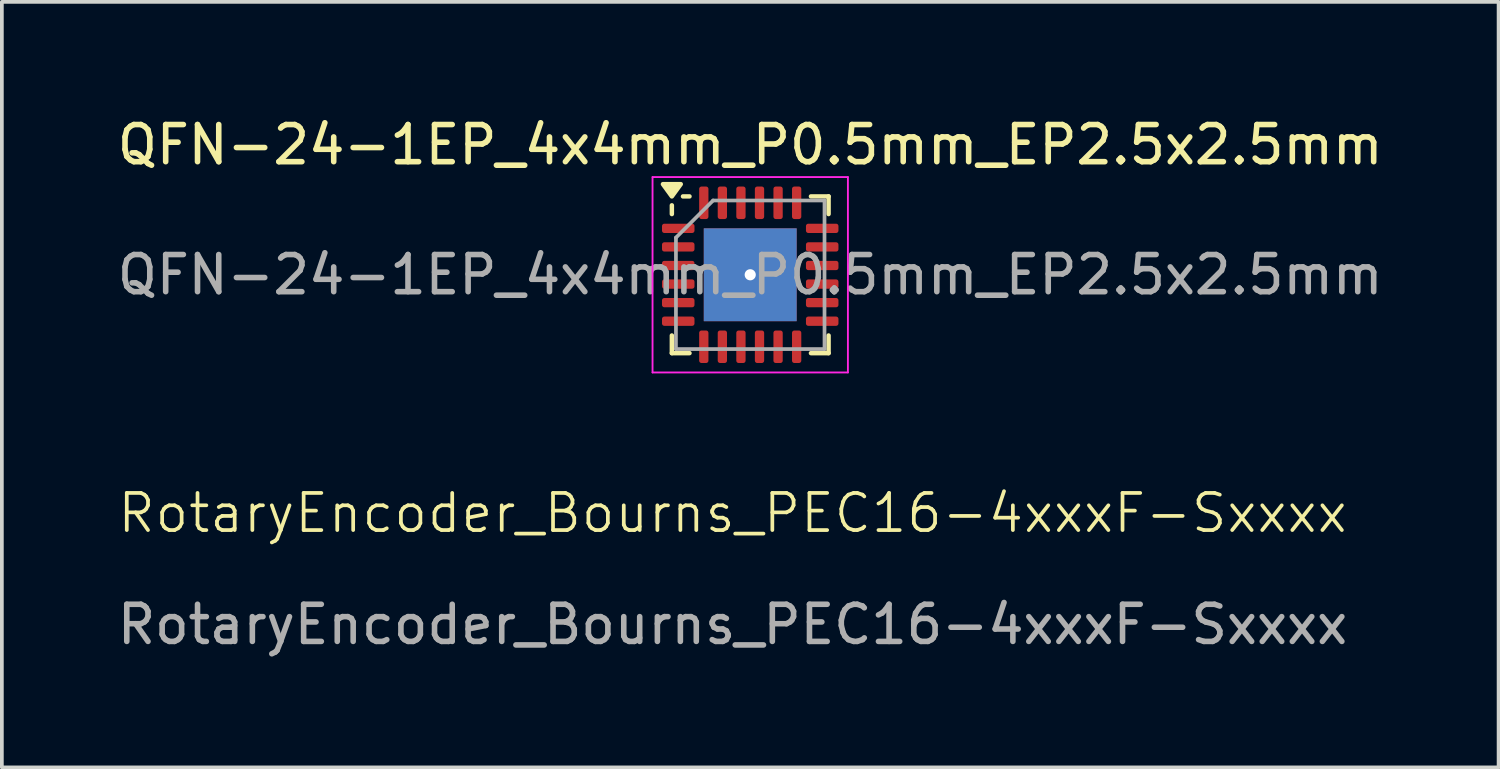
<source format=kicad_pcb>
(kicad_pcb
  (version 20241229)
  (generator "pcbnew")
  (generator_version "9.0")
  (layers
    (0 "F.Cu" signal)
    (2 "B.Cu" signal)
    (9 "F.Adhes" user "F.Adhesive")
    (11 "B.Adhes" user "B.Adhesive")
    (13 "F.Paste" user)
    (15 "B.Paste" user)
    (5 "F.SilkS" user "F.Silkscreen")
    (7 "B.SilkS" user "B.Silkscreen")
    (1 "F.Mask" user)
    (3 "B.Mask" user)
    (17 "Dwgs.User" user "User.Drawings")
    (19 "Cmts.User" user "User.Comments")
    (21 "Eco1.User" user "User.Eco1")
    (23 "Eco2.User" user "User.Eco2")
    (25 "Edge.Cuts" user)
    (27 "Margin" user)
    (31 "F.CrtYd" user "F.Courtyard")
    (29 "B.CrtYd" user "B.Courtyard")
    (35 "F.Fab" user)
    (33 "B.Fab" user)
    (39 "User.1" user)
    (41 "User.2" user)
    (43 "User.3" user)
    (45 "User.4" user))
  (footprint "QFN-24-1EP_4x4mm_P0.5mm_EP2.5x2.5mm"
    (layer "F.Cu")
    (at 17.149 4.348)
    (property "Reference" "QFN-24-1EP_4x4mm_P0.5mm_EP2.5x2.5mm" (at 0 -3.5 0) (unlocked yes) (layer "F.SilkS") (effects (font (size 1 1) (thickness 0.15))))
    (attr smd)
    (fp_line (start -2.11 -1.635) (end -2.11 -1.87) (stroke (width 0.12) (type solid)) (layer "F.SilkS"))
    (fp_line (start -2.11 2.11) (end -2.11 1.635) (stroke (width 0.12) (type solid)) (layer "F.SilkS"))
    (fp_line (start -1.635 -2.11) (end -1.81 -2.11) (stroke (width 0.12) (type solid)) (layer "F.SilkS"))
    (fp_line (start -1.635 2.11) (end -2.11 2.11) (stroke (width 0.12) (type solid)) (layer "F.SilkS"))
    (fp_line (start 1.635 -2.11) (end 2.11 -2.11) (stroke (width 0.12) (type solid)) (layer "F.SilkS"))
    (fp_line (start 1.635 2.11) (end 2.11 2.11) (stroke (width 0.12) (type solid)) (layer "F.SilkS"))
    (fp_line (start 2.11 -2.11) (end 2.11 -1.635) (stroke (width 0.12) (type solid)) (layer "F.SilkS"))
    (fp_line (start 2.11 2.11) (end 2.11 1.635) (stroke (width 0.12) (type solid)) (layer "F.SilkS"))
    (fp_poly (pts (xy -2.11 -2.11) (xy -2.35 -2.44) (xy -1.87 -2.44) (xy -2.11 -2.11)) (stroke (width 0.12) (type solid)) (fill yes) (layer "F.SilkS"))
    (fp_line (start -2.63 -2.63) (end -2.63 2.63) (stroke (width 0.05) (type solid)) (layer "F.CrtYd"))
    (fp_line (start -2.63 2.63) (end 2.63 2.63) (stroke (width 0.05) (type solid)) (layer "F.CrtYd"))
    (fp_line (start 2.63 -2.63) (end -2.63 -2.63) (stroke (width 0.05) (type solid)) (layer "F.CrtYd"))
    (fp_line (start 2.63 2.63) (end 2.63 -2.63) (stroke (width 0.05) (type solid)) (layer "F.CrtYd"))
    (fp_line (start -2 -1) (end -1 -2) (stroke (width 0.1) (type solid)) (layer "F.Fab"))
    (fp_line (start -2 2) (end -2 -1) (stroke (width 0.1) (type solid)) (layer "F.Fab"))
    (fp_line (start -1 -2) (end 2 -2) (stroke (width 0.1) (type solid)) (layer "F.Fab"))
    (fp_line (start 2 -2) (end 2 2) (stroke (width 0.1) (type solid)) (layer "F.Fab"))
    (fp_line (start 2 2) (end -2 2) (stroke (width 0.1) (type solid)) (layer "F.Fab"))
    (fp_text user "${REFERENCE}" (at 0 0 0) (unlocked yes) (layer "F.Fab") (effects (font (size 1 1) (thickness 0.15))))
    (pad "" smd custom (at -0.57 -0.57) (size 0.779 0.779) (layers "F.Paste") (options (anchor circle)) (primitives (gr_poly (pts (xy -0.315 -0.192) (xy -0.192 -0.315) (xy 0.192 -0.315) (xy 0.315 -0.192) (xy 0.315 0.192) (xy 0.192 0.315) (xy -0.192 0.315) (xy -0.315 0.192)) (width 0.297) (fill yes))))
    (pad "" smd custom (at -0.57 0.57) (size 0.779 0.779) (layers "F.Paste") (options (anchor circle)) (primitives (gr_poly (pts (xy -0.315 -0.192) (xy -0.192 -0.315) (xy 0.192 -0.315) (xy 0.315 -0.192) (xy 0.315 0.192) (xy 0.192 0.315) (xy -0.192 0.315) (xy -0.315 0.192)) (width 0.297) (fill yes))))
    (pad "" smd custom (at 0.57 -0.57) (size 0.779 0.779) (layers "F.Paste") (options (anchor circle)) (primitives (gr_poly (pts (xy -0.315 -0.192) (xy -0.192 -0.315) (xy 0.192 -0.315) (xy 0.315 -0.192) (xy 0.315 0.192) (xy 0.192 0.315) (xy -0.192 0.315) (xy -0.315 0.192)) (width 0.297) (fill yes))))
    (pad "" smd custom (at 0.57 0.57) (size 0.779 0.779) (layers "F.Paste") (options (anchor circle)) (primitives (gr_poly (pts (xy -0.315 -0.192) (xy -0.192 -0.315) (xy 0.192 -0.315) (xy 0.315 -0.192) (xy 0.315 0.192) (xy 0.192 0.315) (xy -0.192 0.315) (xy -0.315 0.192)) (width 0.297) (fill yes))))
    (pad "1" smd roundrect (at -1.938 -1.25) (size 0.875 0.25) (layers "F.Cu" "F.Mask" "F.Paste") (roundrect_rratio 0.25))
    (pad "2" smd roundrect (at -1.938 -0.75) (size 0.875 0.25) (layers "F.Cu" "F.Mask" "F.Paste") (roundrect_rratio 0.25))
    (pad "3" smd roundrect (at -1.938 -0.25) (size 0.875 0.25) (layers "F.Cu" "F.Mask" "F.Paste") (roundrect_rratio 0.25))
    (pad "4" smd roundrect (at -1.938 0.25) (size 0.875 0.25) (layers "F.Cu" "F.Mask" "F.Paste") (roundrect_rratio 0.25))
    (pad "5" smd roundrect (at -1.938 0.75) (size 0.875 0.25) (layers "F.Cu" "F.Mask" "F.Paste") (roundrect_rratio 0.25))
    (pad "6" smd roundrect (at -1.938 1.25) (size 0.875 0.25) (layers "F.Cu" "F.Mask" "F.Paste") (roundrect_rratio 0.25))
    (pad "7" smd roundrect (at -1.25 1.938) (size 0.25 0.875) (layers "F.Cu" "F.Mask" "F.Paste") (roundrect_rratio 0.25))
    (pad "8" smd roundrect (at -0.75 1.938) (size 0.25 0.875) (layers "F.Cu" "F.Mask" "F.Paste") (roundrect_rratio 0.25))
    (pad "9" smd roundrect (at -0.25 1.938) (size 0.25 0.875) (layers "F.Cu" "F.Mask" "F.Paste") (roundrect_rratio 0.25))
    (pad "10" smd roundrect (at 0.25 1.938) (size 0.25 0.875) (layers "F.Cu" "F.Mask" "F.Paste") (roundrect_rratio 0.25))
    (pad "11" smd roundrect (at 0.75 1.938) (size 0.25 0.875) (layers "F.Cu" "F.Mask" "F.Paste") (roundrect_rratio 0.25))
    (pad "12" smd roundrect (at 1.25 1.938) (size 0.25 0.875) (layers "F.Cu" "F.Mask" "F.Paste") (roundrect_rratio 0.25))
    (pad "13" smd roundrect (at 1.938 1.25) (size 0.875 0.25) (layers "F.Cu" "F.Mask" "F.Paste") (roundrect_rratio 0.25))
    (pad "14" smd roundrect (at 1.938 0.75) (size 0.875 0.25) (layers "F.Cu" "F.Mask" "F.Paste") (roundrect_rratio 0.25))
    (pad "15" smd roundrect (at 1.938 0.25) (size 0.875 0.25) (layers "F.Cu" "F.Mask" "F.Paste") (roundrect_rratio 0.25))
    (pad "16" smd roundrect (at 1.938 -0.25) (size 0.875 0.25) (layers "F.Cu" "F.Mask" "F.Paste") (roundrect_rratio 0.25))
    (pad "17" smd roundrect (at 1.938 -0.75) (size 0.875 0.25) (layers "F.Cu" "F.Mask" "F.Paste") (roundrect_rratio 0.25))
    (pad "18" smd roundrect (at 1.938 -1.25) (size 0.875 0.25) (layers "F.Cu" "F.Mask" "F.Paste") (roundrect_rratio 0.25))
    (pad "19" smd roundrect (at 1.25 -1.938) (size 0.25 0.875) (layers "F.Cu" "F.Mask" "F.Paste") (roundrect_rratio 0.25))
    (pad "20" smd roundrect (at 0.75 -1.938) (size 0.25 0.875) (layers "F.Cu" "F.Mask" "F.Paste") (roundrect_rratio 0.25))
    (pad "21" smd roundrect (at 0.25 -1.938) (size 0.25 0.875) (layers "F.Cu" "F.Mask" "F.Paste") (roundrect_rratio 0.25))
    (pad "22" smd roundrect (at -0.25 -1.938) (size 0.25 0.875) (layers "F.Cu" "F.Mask" "F.Paste") (roundrect_rratio 0.25))
    (pad "23" smd roundrect (at -0.75 -1.938) (size 0.25 0.875) (layers "F.Cu" "F.Mask" "F.Paste") (roundrect_rratio 0.25))
    (pad "24" smd roundrect (at -1.25 -1.938) (size 0.25 0.875) (layers "F.Cu" "F.Mask" "F.Paste") (roundrect_rratio 0.25))
    (pad "25" thru_hole circle (at 0 0) (size 0.5 0.5) (drill 0.3) (property pad_prop_heatsink) (layers "*.Cu"))
    (pad "25" smd rect (at 0 0) (size 2.5 2.5) (property pad_prop_heatsink) (layers "F.Cu" "F.Mask"))
    (pad "25" smd rect (at 0 0) (size 2.5 2.5) (property pad_prop_heatsink) (layers "B.Cu")))
  (footprint "RotaryEncoder_Bourns_PEC16-4xxxF-Sxxxx"
    (layer "F.Cu")
    (at 16.673 11.264)
    (property "Reference" "RotaryEncoder_Bourns_PEC16-4xxxF-Sxxxx" (at 0 -0.5 0) (unlocked yes) (layer "F.SilkS") (effects (font (size 1 1) (thickness 0.1))))
    (attr through_hole)
    (fp_text user "${REFERENCE}" (at 0 2.5 0) (unlocked yes) (layer "F.Fab") (effects (font (size 1 1) (thickness 0.15)))))
  (gr_rect
    (start -3 -3)
    (end 37.298 17.612)
    (stroke (width 0.1) (type default))
    (fill no)
    (layer "Edge.Cuts")))
</source>
